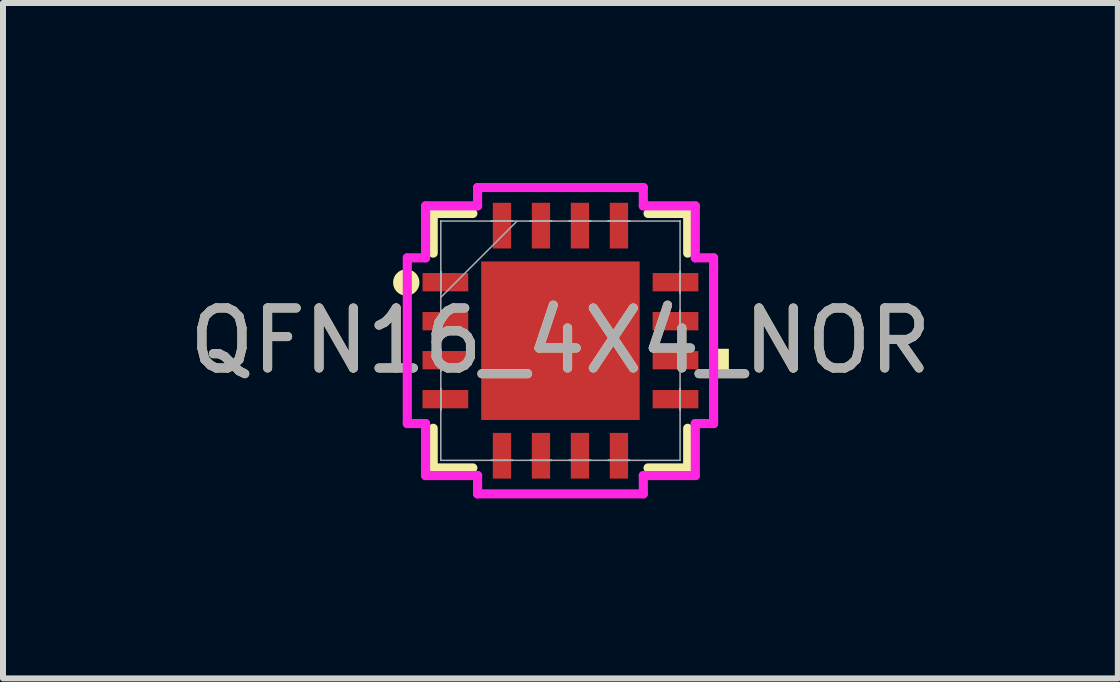
<source format=kicad_pcb>
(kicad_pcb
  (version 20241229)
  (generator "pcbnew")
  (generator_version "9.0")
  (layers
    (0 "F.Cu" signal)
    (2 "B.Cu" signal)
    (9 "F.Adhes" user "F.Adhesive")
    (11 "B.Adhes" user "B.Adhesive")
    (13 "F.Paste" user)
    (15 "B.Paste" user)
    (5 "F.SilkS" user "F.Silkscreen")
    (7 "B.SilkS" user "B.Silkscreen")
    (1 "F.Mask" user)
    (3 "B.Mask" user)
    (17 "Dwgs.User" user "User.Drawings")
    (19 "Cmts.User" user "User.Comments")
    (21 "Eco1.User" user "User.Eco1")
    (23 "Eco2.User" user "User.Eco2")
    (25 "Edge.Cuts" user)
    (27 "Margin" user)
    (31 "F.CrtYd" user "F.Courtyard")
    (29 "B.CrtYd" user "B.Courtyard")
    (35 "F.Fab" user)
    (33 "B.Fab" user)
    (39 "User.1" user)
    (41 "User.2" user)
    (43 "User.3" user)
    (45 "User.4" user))
  (footprint "QFN16_4X4_NOR"
    (layer "F.Cu")
    (at 6.292 2.629)
    (property "Reference" "QFN16_4X4_NOR" (at 0 0 0) (unlocked yes) (layer "F.SilkS") (effects (font (size 1 1) (thickness 0.15))))
    (attr smd)
    (fp_line (start -2.121 -2.121) (end -2.121 -1.46) (stroke (width 0.152) (type solid)) (layer "F.SilkS"))
    (fp_line (start -2.121 1.46) (end -2.121 2.121) (stroke (width 0.152) (type solid)) (layer "F.SilkS"))
    (fp_line (start -2.121 2.121) (end -1.46 2.121) (stroke (width 0.152) (type solid)) (layer "F.SilkS"))
    (fp_line (start -1.46 -2.121) (end -2.121 -2.121) (stroke (width 0.152) (type solid)) (layer "F.SilkS"))
    (fp_line (start 1.46 2.121) (end 2.121 2.121) (stroke (width 0.152) (type solid)) (layer "F.SilkS"))
    (fp_line (start 2.121 -2.121) (end 1.46 -2.121) (stroke (width 0.152) (type solid)) (layer "F.SilkS"))
    (fp_line (start 2.121 -1.46) (end 2.121 -2.121) (stroke (width 0.152) (type solid)) (layer "F.SilkS"))
    (fp_line (start 2.121 2.121) (end 2.121 1.46) (stroke (width 0.152) (type solid)) (layer "F.SilkS"))
    (fp_circle (center -2.57 -0.97) (end -2.45 -0.97) (stroke (width 0.2) (type solid)) (fill no) (layer "F.SilkS"))
    (fp_poly (pts (xy 2.807 0.135) (xy 2.807 0.516) (xy 2.553 0.516) (xy 2.553 0.135)) (stroke (width 0) (type solid)) (fill yes) (layer "F.SilkS"))
    (fp_poly (pts (xy -1.221 -1.221) (xy -1.221 -0.1) (xy -0.1 -0.1) (xy -0.1 -1.221)) (stroke (width 0) (type solid)) (fill yes) (layer "F.Paste"))
    (fp_poly (pts (xy -1.221 0.1) (xy -1.221 1.221) (xy -0.1 1.221) (xy -0.1 0.1)) (stroke (width 0) (type solid)) (fill yes) (layer "F.Paste"))
    (fp_poly (pts (xy 0.1 -1.221) (xy 0.1 -0.1) (xy 1.221 -0.1) (xy 1.221 -1.221)) (stroke (width 0) (type solid)) (fill yes) (layer "F.Paste"))
    (fp_poly (pts (xy 0.1 0.1) (xy 0.1 1.221) (xy 1.221 1.221) (xy 1.221 0.1)) (stroke (width 0) (type solid)) (fill yes) (layer "F.Paste"))
    (fp_line (start -2.553 -1.381) (end -2.248 -1.381) (stroke (width 0.152) (type solid)) (layer "F.CrtYd"))
    (fp_line (start -2.553 1.381) (end -2.553 -1.381) (stroke (width 0.152) (type solid)) (layer "F.CrtYd"))
    (fp_line (start -2.248 -2.248) (end -1.381 -2.248) (stroke (width 0.152) (type solid)) (layer "F.CrtYd"))
    (fp_line (start -2.248 -1.381) (end -2.248 -2.248) (stroke (width 0.152) (type solid)) (layer "F.CrtYd"))
    (fp_line (start -2.248 1.381) (end -2.553 1.381) (stroke (width 0.152) (type solid)) (layer "F.CrtYd"))
    (fp_line (start -2.248 2.248) (end -2.248 1.381) (stroke (width 0.152) (type solid)) (layer "F.CrtYd"))
    (fp_line (start -1.381 -2.553) (end 1.381 -2.553) (stroke (width 0.152) (type solid)) (layer "F.CrtYd"))
    (fp_line (start -1.381 -2.248) (end -1.381 -2.553) (stroke (width 0.152) (type solid)) (layer "F.CrtYd"))
    (fp_line (start -1.381 2.248) (end -2.248 2.248) (stroke (width 0.152) (type solid)) (layer "F.CrtYd"))
    (fp_line (start -1.381 2.553) (end -1.381 2.248) (stroke (width 0.152) (type solid)) (layer "F.CrtYd"))
    (fp_line (start 1.381 -2.553) (end 1.381 -2.248) (stroke (width 0.152) (type solid)) (layer "F.CrtYd"))
    (fp_line (start 1.381 -2.248) (end 2.248 -2.248) (stroke (width 0.152) (type solid)) (layer "F.CrtYd"))
    (fp_line (start 1.381 2.248) (end 1.381 2.553) (stroke (width 0.152) (type solid)) (layer "F.CrtYd"))
    (fp_line (start 1.381 2.553) (end -1.381 2.553) (stroke (width 0.152) (type solid)) (layer "F.CrtYd"))
    (fp_line (start 2.248 -2.248) (end 2.248 -1.381) (stroke (width 0.152) (type solid)) (layer "F.CrtYd"))
    (fp_line (start 2.248 -1.381) (end 2.553 -1.381) (stroke (width 0.152) (type solid)) (layer "F.CrtYd"))
    (fp_line (start 2.248 1.381) (end 2.248 2.248) (stroke (width 0.152) (type solid)) (layer "F.CrtYd"))
    (fp_line (start 2.248 2.248) (end 1.381 2.248) (stroke (width 0.152) (type solid)) (layer "F.CrtYd"))
    (fp_line (start 2.553 -1.381) (end 2.553 1.381) (stroke (width 0.152) (type solid)) (layer "F.CrtYd"))
    (fp_line (start 2.553 1.381) (end 2.248 1.381) (stroke (width 0.152) (type solid)) (layer "F.CrtYd"))
    (fp_line (start -1.994 -1.994) (end -1.994 -1.994) (stroke (width 0.025) (type solid)) (layer "F.Fab"))
    (fp_line (start -1.994 -1.994) (end -1.994 1.994) (stroke (width 0.025) (type solid)) (layer "F.Fab"))
    (fp_line (start -1.994 -1.153) (end -1.994 -1.153) (stroke (width 0.025) (type solid)) (layer "F.Fab"))
    (fp_line (start -1.994 -1.153) (end -1.994 -0.797) (stroke (width 0.025) (type solid)) (layer "F.Fab"))
    (fp_line (start -1.994 -0.797) (end -1.994 -1.153) (stroke (width 0.025) (type solid)) (layer "F.Fab"))
    (fp_line (start -1.994 -0.797) (end -1.994 -0.797) (stroke (width 0.025) (type solid)) (layer "F.Fab"))
    (fp_line (start -1.994 -0.724) (end -0.724 -1.994) (stroke (width 0.025) (type solid)) (layer "F.Fab"))
    (fp_line (start -1.994 -0.503) (end -1.994 -0.503) (stroke (width 0.025) (type solid)) (layer "F.Fab"))
    (fp_line (start -1.994 -0.503) (end -1.994 -0.147) (stroke (width 0.025) (type solid)) (layer "F.Fab"))
    (fp_line (start -1.994 -0.147) (end -1.994 -0.503) (stroke (width 0.025) (type solid)) (layer "F.Fab"))
    (fp_line (start -1.994 -0.147) (end -1.994 -0.147) (stroke (width 0.025) (type solid)) (layer "F.Fab"))
    (fp_line (start -1.994 0.147) (end -1.994 0.147) (stroke (width 0.025) (type solid)) (layer "F.Fab"))
    (fp_line (start -1.994 0.147) (end -1.994 0.503) (stroke (width 0.025) (type solid)) (layer "F.Fab"))
    (fp_line (start -1.994 0.503) (end -1.994 0.147) (stroke (width 0.025) (type solid)) (layer "F.Fab"))
    (fp_line (start -1.994 0.503) (end -1.994 0.503) (stroke (width 0.025) (type solid)) (layer "F.Fab"))
    (fp_line (start -1.994 0.797) (end -1.994 0.797) (stroke (width 0.025) (type solid)) (layer "F.Fab"))
    (fp_line (start -1.994 0.797) (end -1.994 1.153) (stroke (width 0.025) (type solid)) (layer "F.Fab"))
    (fp_line (start -1.994 1.153) (end -1.994 0.797) (stroke (width 0.025) (type solid)) (layer "F.Fab"))
    (fp_line (start -1.994 1.153) (end -1.994 1.153) (stroke (width 0.025) (type solid)) (layer "F.Fab"))
    (fp_line (start -1.994 1.994) (end -1.994 1.994) (stroke (width 0.025) (type solid)) (layer "F.Fab"))
    (fp_line (start -1.994 1.994) (end 1.994 1.994) (stroke (width 0.025) (type solid)) (layer "F.Fab"))
    (fp_line (start -1.153 -1.994) (end -1.153 -1.994) (stroke (width 0.025) (type solid)) (layer "F.Fab"))
    (fp_line (start -1.153 -1.994) (end -0.797 -1.994) (stroke (width 0.025) (type solid)) (layer "F.Fab"))
    (fp_line (start -1.153 1.994) (end -1.153 1.994) (stroke (width 0.025) (type solid)) (layer "F.Fab"))
    (fp_line (start -1.153 1.994) (end -0.797 1.994) (stroke (width 0.025) (type solid)) (layer "F.Fab"))
    (fp_line (start -0.797 -1.994) (end -1.153 -1.994) (stroke (width 0.025) (type solid)) (layer "F.Fab"))
    (fp_line (start -0.797 -1.994) (end -0.797 -1.994) (stroke (width 0.025) (type solid)) (layer "F.Fab"))
    (fp_line (start -0.797 1.994) (end -1.153 1.994) (stroke (width 0.025) (type solid)) (layer "F.Fab"))
    (fp_line (start -0.797 1.994) (end -0.797 1.994) (stroke (width 0.025) (type solid)) (layer "F.Fab"))
    (fp_line (start -0.503 -1.994) (end -0.503 -1.994) (stroke (width 0.025) (type solid)) (layer "F.Fab"))
    (fp_line (start -0.503 -1.994) (end -0.147 -1.994) (stroke (width 0.025) (type solid)) (layer "F.Fab"))
    (fp_line (start -0.503 1.994) (end -0.503 1.994) (stroke (width 0.025) (type solid)) (layer "F.Fab"))
    (fp_line (start -0.503 1.994) (end -0.147 1.994) (stroke (width 0.025) (type solid)) (layer "F.Fab"))
    (fp_line (start -0.147 -1.994) (end -0.503 -1.994) (stroke (width 0.025) (type solid)) (layer "F.Fab"))
    (fp_line (start -0.147 -1.994) (end -0.147 -1.994) (stroke (width 0.025) (type solid)) (layer "F.Fab"))
    (fp_line (start -0.147 1.994) (end -0.503 1.994) (stroke (width 0.025) (type solid)) (layer "F.Fab"))
    (fp_line (start -0.147 1.994) (end -0.147 1.994) (stroke (width 0.025) (type solid)) (layer "F.Fab"))
    (fp_line (start 0.147 -1.994) (end 0.147 -1.994) (stroke (width 0.025) (type solid)) (layer "F.Fab"))
    (fp_line (start 0.147 -1.994) (end 0.503 -1.994) (stroke (width 0.025) (type solid)) (layer "F.Fab"))
    (fp_line (start 0.147 1.994) (end 0.147 1.994) (stroke (width 0.025) (type solid)) (layer "F.Fab"))
    (fp_line (start 0.147 1.994) (end 0.503 1.994) (stroke (width 0.025) (type solid)) (layer "F.Fab"))
    (fp_line (start 0.503 -1.994) (end 0.147 -1.994) (stroke (width 0.025) (type solid)) (layer "F.Fab"))
    (fp_line (start 0.503 -1.994) (end 0.503 -1.994) (stroke (width 0.025) (type solid)) (layer "F.Fab"))
    (fp_line (start 0.503 1.994) (end 0.147 1.994) (stroke (width 0.025) (type solid)) (layer "F.Fab"))
    (fp_line (start 0.503 1.994) (end 0.503 1.994) (stroke (width 0.025) (type solid)) (layer "F.Fab"))
    (fp_line (start 0.797 -1.994) (end 0.797 -1.994) (stroke (width 0.025) (type solid)) (layer "F.Fab"))
    (fp_line (start 0.797 -1.994) (end 1.153 -1.994) (stroke (width 0.025) (type solid)) (layer "F.Fab"))
    (fp_line (start 0.797 1.994) (end 0.797 1.994) (stroke (width 0.025) (type solid)) (layer "F.Fab"))
    (fp_line (start 0.797 1.994) (end 1.153 1.994) (stroke (width 0.025) (type solid)) (layer "F.Fab"))
    (fp_line (start 1.153 -1.994) (end 0.797 -1.994) (stroke (width 0.025) (type solid)) (layer "F.Fab"))
    (fp_line (start 1.153 -1.994) (end 1.153 -1.994) (stroke (width 0.025) (type solid)) (layer "F.Fab"))
    (fp_line (start 1.153 1.994) (end 0.797 1.994) (stroke (width 0.025) (type solid)) (layer "F.Fab"))
    (fp_line (start 1.153 1.994) (end 1.153 1.994) (stroke (width 0.025) (type solid)) (layer "F.Fab"))
    (fp_line (start 1.994 -1.994) (end -1.994 -1.994) (stroke (width 0.025) (type solid)) (layer "F.Fab"))
    (fp_line (start 1.994 -1.994) (end 1.994 -1.994) (stroke (width 0.025) (type solid)) (layer "F.Fab"))
    (fp_line (start 1.994 -1.153) (end 1.994 -1.153) (stroke (width 0.025) (type solid)) (layer "F.Fab"))
    (fp_line (start 1.994 -1.153) (end 1.994 -0.797) (stroke (width 0.025) (type solid)) (layer "F.Fab"))
    (fp_line (start 1.994 -0.797) (end 1.994 -1.153) (stroke (width 0.025) (type solid)) (layer "F.Fab"))
    (fp_line (start 1.994 -0.797) (end 1.994 -0.797) (stroke (width 0.025) (type solid)) (layer "F.Fab"))
    (fp_line (start 1.994 -0.503) (end 1.994 -0.503) (stroke (width 0.025) (type solid)) (layer "F.Fab"))
    (fp_line (start 1.994 -0.503) (end 1.994 -0.147) (stroke (width 0.025) (type solid)) (layer "F.Fab"))
    (fp_line (start 1.994 -0.147) (end 1.994 -0.503) (stroke (width 0.025) (type solid)) (layer "F.Fab"))
    (fp_line (start 1.994 -0.147) (end 1.994 -0.147) (stroke (width 0.025) (type solid)) (layer "F.Fab"))
    (fp_line (start 1.994 0.147) (end 1.994 0.147) (stroke (width 0.025) (type solid)) (layer "F.Fab"))
    (fp_line (start 1.994 0.147) (end 1.994 0.503) (stroke (width 0.025) (type solid)) (layer "F.Fab"))
    (fp_line (start 1.994 0.503) (end 1.994 0.147) (stroke (width 0.025) (type solid)) (layer "F.Fab"))
    (fp_line (start 1.994 0.503) (end 1.994 0.503) (stroke (width 0.025) (type solid)) (layer "F.Fab"))
    (fp_line (start 1.994 0.797) (end 1.994 0.797) (stroke (width 0.025) (type solid)) (layer "F.Fab"))
    (fp_line (start 1.994 0.797) (end 1.994 1.153) (stroke (width 0.025) (type solid)) (layer "F.Fab"))
    (fp_line (start 1.994 1.153) (end 1.994 0.797) (stroke (width 0.025) (type solid)) (layer "F.Fab"))
    (fp_line (start 1.994 1.153) (end 1.994 1.153) (stroke (width 0.025) (type solid)) (layer "F.Fab"))
    (fp_line (start 1.994 1.994) (end 1.994 -1.994) (stroke (width 0.025) (type solid)) (layer "F.Fab"))
    (fp_line (start 1.994 1.994) (end 1.994 1.994) (stroke (width 0.025) (type solid)) (layer "F.Fab"))
    (fp_text user "${REFERENCE}" (at 0 0 0) (unlocked yes) (layer "F.Fab") (effects (font (size 1 1) (thickness 0.15))))
    (pad "1" smd rect (at -1.918 -0.975 90) (size 0.305 0.762) (layers "F.Cu" "F.Mask" "F.Paste"))
    (pad "2" smd rect (at -1.918 -0.325 90) (size 0.305 0.762) (layers "F.Cu" "F.Mask" "F.Paste"))
    (pad "3" smd rect (at -1.918 0.325 90) (size 0.305 0.762) (layers "F.Cu" "F.Mask" "F.Paste"))
    (pad "4" smd rect (at -1.918 0.975 90) (size 0.305 0.762) (layers "F.Cu" "F.Mask" "F.Paste"))
    (pad "5" smd rect (at -0.975 1.918) (size 0.305 0.762) (layers "F.Cu" "F.Mask" "F.Paste"))
    (pad "6" smd rect (at -0.325 1.918) (size 0.305 0.762) (layers "F.Cu" "F.Mask" "F.Paste"))
    (pad "7" smd rect (at 0.325 1.918) (size 0.305 0.762) (layers "F.Cu" "F.Mask" "F.Paste"))
    (pad "8" smd rect (at 0.975 1.918) (size 0.305 0.762) (layers "F.Cu" "F.Mask" "F.Paste"))
    (pad "9" smd rect (at 1.918 0.975 90) (size 0.305 0.762) (layers "F.Cu" "F.Mask" "F.Paste"))
    (pad "10" smd rect (at 1.918 0.325 90) (size 0.305 0.762) (layers "F.Cu" "F.Mask" "F.Paste"))
    (pad "11" smd rect (at 1.918 -0.325 90) (size 0.305 0.762) (layers "F.Cu" "F.Mask" "F.Paste"))
    (pad "12" smd rect (at 1.918 -0.975 90) (size 0.305 0.762) (layers "F.Cu" "F.Mask" "F.Paste"))
    (pad "13" smd rect (at 0.975 -1.918) (size 0.305 0.762) (layers "F.Cu" "F.Mask" "F.Paste"))
    (pad "14" smd rect (at 0.325 -1.918) (size 0.305 0.762) (layers "F.Cu" "F.Mask" "F.Paste"))
    (pad "15" smd rect (at -0.325 -1.918) (size 0.305 0.762) (layers "F.Cu" "F.Mask" "F.Paste"))
    (pad "16" smd rect (at -0.975 -1.918) (size 0.305 0.762) (layers "F.Cu" "F.Mask" "F.Paste"))
    (pad "17" smd rect (at 0 0) (size 2.642 2.642) (layers "F.Cu" "F.Mask" "F.Paste")))
  (gr_rect
    (start -3 -3)
    (end 15.583 8.258)
    (stroke (width 0.1) (type default))
    (fill no)
    (layer "Edge.Cuts")))
</source>
